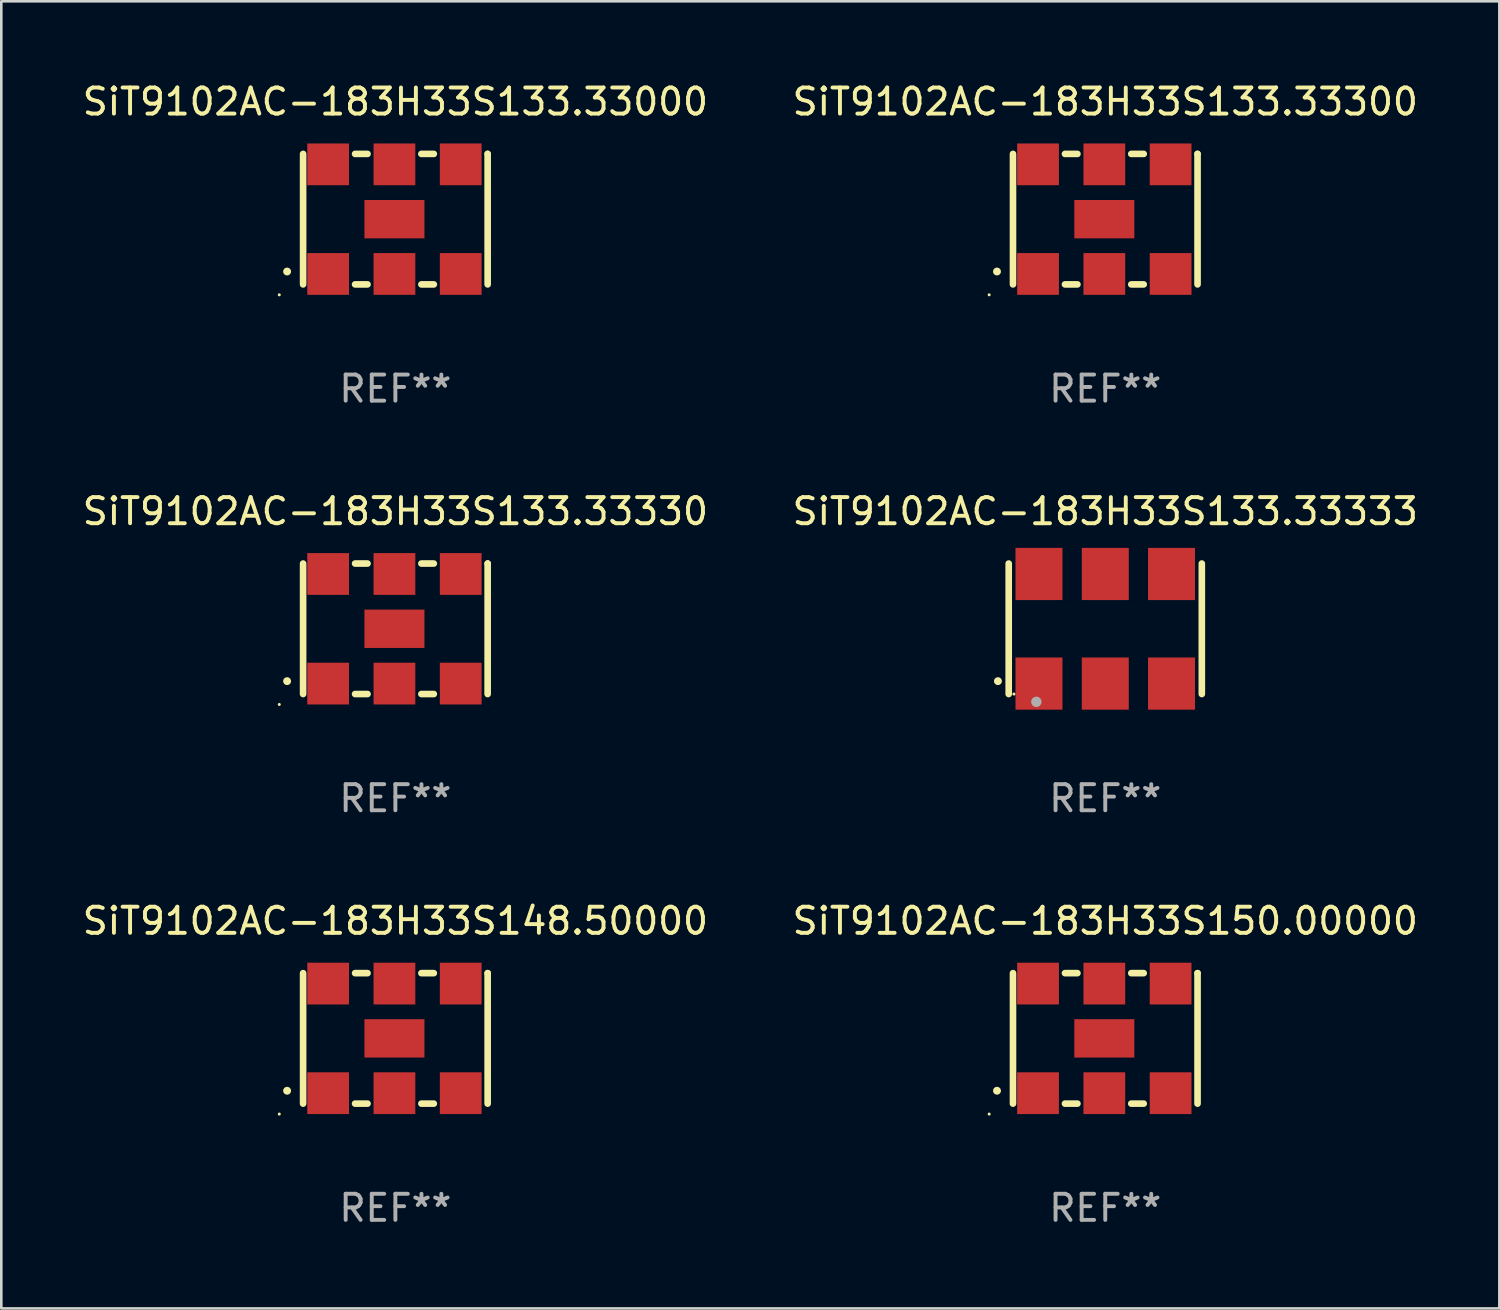
<source format=kicad_pcb>
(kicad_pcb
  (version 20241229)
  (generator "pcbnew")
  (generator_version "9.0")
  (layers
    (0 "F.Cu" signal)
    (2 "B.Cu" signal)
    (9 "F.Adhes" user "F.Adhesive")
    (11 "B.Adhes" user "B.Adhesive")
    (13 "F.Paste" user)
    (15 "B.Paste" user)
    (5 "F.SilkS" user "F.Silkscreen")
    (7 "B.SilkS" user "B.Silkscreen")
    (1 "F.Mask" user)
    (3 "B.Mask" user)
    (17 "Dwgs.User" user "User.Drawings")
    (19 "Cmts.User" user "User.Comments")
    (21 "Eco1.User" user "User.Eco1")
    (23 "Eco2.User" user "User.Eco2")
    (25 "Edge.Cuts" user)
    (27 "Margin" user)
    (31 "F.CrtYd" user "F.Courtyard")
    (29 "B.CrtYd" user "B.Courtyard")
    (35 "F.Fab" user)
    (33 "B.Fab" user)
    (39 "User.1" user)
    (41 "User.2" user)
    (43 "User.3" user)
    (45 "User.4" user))
  (footprint "SiT9102AC-183H33S133.33333"
    (layer "F.Cu")
    (at 39.304 21.045)
    (property "Reference" "SiT9102AC-183H33S133.33333" (at 0 -4.5 0) (layer "F.SilkS") (effects (font (size 1 1) (thickness 0.15))))
    (attr through_hole)
    (fp_line (start -3.7 -2.5) (end -3.7 2.5) (stroke (width 0.254) (type solid)) (layer "F.SilkS"))
    (fp_line (start 3.7 -2.5) (end 3.7 2.5) (stroke (width 0.254) (type solid)) (layer "F.SilkS"))
    (fp_arc (start -4.114415 2.006604) (mid -4.113145 2.006599) (end -4.111875 2.006604) (stroke (width 0.3) (type solid)) (layer "F.SilkS"))
    (fp_circle (center -3.5 2.501) (end -3.47 2.501) (stroke (width 0.06) (type solid)) (fill no) (layer "F.SilkS"))
    (fp_circle (center -2.641 2.799) (end -2.541 2.799) (stroke (width 0.2) (type solid)) (fill no) (layer "F.Fab"))
    (fp_text user "REF**" (at 0 6.5 0) (layer "F.Fab") (effects (font (size 1 1) (thickness 0.15))))
    (pad "1" smd rect (at -2.54 2.1) (size 1.8 2) (layers "F.Cu" "F.Mask" "F.Paste"))
    (pad "2" smd rect (at 0.000394 2.1) (size 1.8 2) (layers "F.Cu" "F.Mask" "F.Paste"))
    (pad "3" smd rect (at 2.54 2.1) (size 1.8 2) (layers "F.Cu" "F.Mask" "F.Paste"))
    (pad "4" smd rect (at 2.54 -2.1) (size 1.8 2) (layers "F.Cu" "F.Mask" "F.Paste"))
    (pad "5" smd rect (at 0.000394 -2.1) (size 1.8 2) (layers "F.Cu" "F.Mask" "F.Paste"))
    (pad "6" smd rect (at -2.54 -2.1) (size 1.8 2) (layers "F.Cu" "F.Mask" "F.Paste")))
  (footprint "SiT9102AC-183H33S150.00000"
    (layer "F.Cu")
    (at 39.304 36.741)
    (property "Reference" "SiT9102AC-183H33S150.00000" (at 0 -4.5 0) (layer "F.SilkS") (effects (font (size 1 1) (thickness 0.15))))
    (attr through_hole)
    (fp_line (start -3.536 -2.5) (end -3.536 2.5) (stroke (width 0.254) (type solid)) (layer "F.SilkS"))
    (fp_line (start -1.544 2.5) (end -1.067 2.5) (stroke (width 0.254) (type solid)) (layer "F.SilkS"))
    (fp_line (start -1.067 -2.5) (end -1.544 -2.5) (stroke (width 0.254) (type solid)) (layer "F.SilkS"))
    (fp_line (start 0.996 2.5) (end 1.473 2.5) (stroke (width 0.254) (type solid)) (layer "F.SilkS"))
    (fp_line (start 1.473 -2.5) (end 0.996 -2.5) (stroke (width 0.254) (type solid)) (layer "F.SilkS"))
    (fp_line (start 3.536 -2.5) (end 3.536 -2.5) (stroke (width 0.254) (type solid)) (layer "F.SilkS"))
    (fp_line (start 3.536 2.5) (end 3.536 -2.5) (stroke (width 0.254) (type solid)) (layer "F.SilkS"))
    (fp_arc (start -4.150432 2.006604) (mid -4.149162 2.006599) (end -4.147892 2.006604) (stroke (width 0.3) (type solid)) (layer "F.SilkS"))
    (fp_circle (center -4.449 2.9) (end -4.419 2.9) (stroke (width 0.06) (type solid)) (fill no) (layer "F.SilkS"))
    (fp_text user "REF**" (at 0 6.5 0) (layer "F.Fab") (effects (font (size 1 1) (thickness 0.15))))
    (pad "1" smd rect (at -2.576 2.1) (size 1.6 1.6) (layers "F.Cu" "F.Mask" "F.Paste"))
    (pad "2" smd rect (at -0.036 2.1) (size 1.6 1.6) (layers "F.Cu" "F.Mask" "F.Paste"))
    (pad "3" smd rect (at 2.504 2.1) (size 1.6 1.6) (layers "F.Cu" "F.Mask" "F.Paste"))
    (pad "4" smd rect (at 2.504 -2.1) (size 1.6 1.6) (layers "F.Cu" "F.Mask" "F.Paste"))
    (pad "5" smd rect (at -0.036 -2.1) (size 1.6 1.6) (layers "F.Cu" "F.Mask" "F.Paste"))
    (pad "6" smd rect (at -2.576 -2.1) (size 1.6 1.6) (layers "F.Cu" "F.Mask" "F.Paste"))
    (pad "7" smd rect (at -0.036 0) (size 2.3 1.47) (layers "F.Cu" "F.Mask" "F.Paste")))
  (footprint "SiT9102AC-183H33S133.33300"
    (layer "F.Cu")
    (at 39.304 5.348)
    (property "Reference" "SiT9102AC-183H33S133.33300" (at 0 -4.5 0) (layer "F.SilkS") (effects (font (size 1 1) (thickness 0.15))))
    (attr through_hole)
    (fp_line (start -3.536 -2.5) (end -3.536 2.5) (stroke (width 0.254) (type solid)) (layer "F.SilkS"))
    (fp_line (start -1.544 2.5) (end -1.067 2.5) (stroke (width 0.254) (type solid)) (layer "F.SilkS"))
    (fp_line (start -1.067 -2.5) (end -1.544 -2.5) (stroke (width 0.254) (type solid)) (layer "F.SilkS"))
    (fp_line (start 0.996 2.5) (end 1.473 2.5) (stroke (width 0.254) (type solid)) (layer "F.SilkS"))
    (fp_line (start 1.473 -2.5) (end 0.996 -2.5) (stroke (width 0.254) (type solid)) (layer "F.SilkS"))
    (fp_line (start 3.536 -2.5) (end 3.536 -2.5) (stroke (width 0.254) (type solid)) (layer "F.SilkS"))
    (fp_line (start 3.536 2.5) (end 3.536 -2.5) (stroke (width 0.254) (type solid)) (layer "F.SilkS"))
    (fp_arc (start -4.150432 2.006604) (mid -4.149162 2.006599) (end -4.147892 2.006604) (stroke (width 0.3) (type solid)) (layer "F.SilkS"))
    (fp_circle (center -4.449 2.9) (end -4.419 2.9) (stroke (width 0.06) (type solid)) (fill no) (layer "F.SilkS"))
    (fp_text user "REF**" (at 0 6.5 0) (layer "F.Fab") (effects (font (size 1 1) (thickness 0.15))))
    (pad "1" smd rect (at -2.576 2.1) (size 1.6 1.6) (layers "F.Cu" "F.Mask" "F.Paste"))
    (pad "2" smd rect (at -0.036 2.1) (size 1.6 1.6) (layers "F.Cu" "F.Mask" "F.Paste"))
    (pad "3" smd rect (at 2.504 2.1) (size 1.6 1.6) (layers "F.Cu" "F.Mask" "F.Paste"))
    (pad "4" smd rect (at 2.504 -2.1) (size 1.6 1.6) (layers "F.Cu" "F.Mask" "F.Paste"))
    (pad "5" smd rect (at -0.036 -2.1) (size 1.6 1.6) (layers "F.Cu" "F.Mask" "F.Paste"))
    (pad "6" smd rect (at -2.576 -2.1) (size 1.6 1.6) (layers "F.Cu" "F.Mask" "F.Paste"))
    (pad "7" smd rect (at -0.036 0) (size 2.3 1.47) (layers "F.Cu" "F.Mask" "F.Paste")))
  (footprint "SiT9102AC-183H33S148.50000"
    (layer "F.Cu")
    (at 12.101 36.741)
    (property "Reference" "SiT9102AC-183H33S148.50000" (at 0 -4.5 0) (layer "F.SilkS") (effects (font (size 1 1) (thickness 0.15))))
    (attr through_hole)
    (fp_line (start -3.536 -2.5) (end -3.536 2.5) (stroke (width 0.254) (type solid)) (layer "F.SilkS"))
    (fp_line (start -1.544 2.5) (end -1.067 2.5) (stroke (width 0.254) (type solid)) (layer "F.SilkS"))
    (fp_line (start -1.067 -2.5) (end -1.544 -2.5) (stroke (width 0.254) (type solid)) (layer "F.SilkS"))
    (fp_line (start 0.996 2.5) (end 1.473 2.5) (stroke (width 0.254) (type solid)) (layer "F.SilkS"))
    (fp_line (start 1.473 -2.5) (end 0.996 -2.5) (stroke (width 0.254) (type solid)) (layer "F.SilkS"))
    (fp_line (start 3.536 -2.5) (end 3.536 -2.5) (stroke (width 0.254) (type solid)) (layer "F.SilkS"))
    (fp_line (start 3.536 2.5) (end 3.536 -2.5) (stroke (width 0.254) (type solid)) (layer "F.SilkS"))
    (fp_arc (start -4.150432 2.006604) (mid -4.149162 2.006599) (end -4.147892 2.006604) (stroke (width 0.3) (type solid)) (layer "F.SilkS"))
    (fp_circle (center -4.449 2.9) (end -4.419 2.9) (stroke (width 0.06) (type solid)) (fill no) (layer "F.SilkS"))
    (fp_text user "REF**" (at 0 6.5 0) (layer "F.Fab") (effects (font (size 1 1) (thickness 0.15))))
    (pad "1" smd rect (at -2.576 2.1) (size 1.6 1.6) (layers "F.Cu" "F.Mask" "F.Paste"))
    (pad "2" smd rect (at -0.036 2.1) (size 1.6 1.6) (layers "F.Cu" "F.Mask" "F.Paste"))
    (pad "3" smd rect (at 2.504 2.1) (size 1.6 1.6) (layers "F.Cu" "F.Mask" "F.Paste"))
    (pad "4" smd rect (at 2.504 -2.1) (size 1.6 1.6) (layers "F.Cu" "F.Mask" "F.Paste"))
    (pad "5" smd rect (at -0.036 -2.1) (size 1.6 1.6) (layers "F.Cu" "F.Mask" "F.Paste"))
    (pad "6" smd rect (at -2.576 -2.1) (size 1.6 1.6) (layers "F.Cu" "F.Mask" "F.Paste"))
    (pad "7" smd rect (at -0.036 0) (size 2.3 1.47) (layers "F.Cu" "F.Mask" "F.Paste")))
  (footprint "SiT9102AC-183H33S133.33000"
    (layer "F.Cu")
    (at 12.101 5.348)
    (property "Reference" "SiT9102AC-183H33S133.33000" (at 0 -4.5 0) (layer "F.SilkS") (effects (font (size 1 1) (thickness 0.15))))
    (attr through_hole)
    (fp_line (start -3.536 -2.5) (end -3.536 2.5) (stroke (width 0.254) (type solid)) (layer "F.SilkS"))
    (fp_line (start -1.544 2.5) (end -1.067 2.5) (stroke (width 0.254) (type solid)) (layer "F.SilkS"))
    (fp_line (start -1.067 -2.5) (end -1.544 -2.5) (stroke (width 0.254) (type solid)) (layer "F.SilkS"))
    (fp_line (start 0.996 2.5) (end 1.473 2.5) (stroke (width 0.254) (type solid)) (layer "F.SilkS"))
    (fp_line (start 1.473 -2.5) (end 0.996 -2.5) (stroke (width 0.254) (type solid)) (layer "F.SilkS"))
    (fp_line (start 3.536 -2.5) (end 3.536 -2.5) (stroke (width 0.254) (type solid)) (layer "F.SilkS"))
    (fp_line (start 3.536 2.5) (end 3.536 -2.5) (stroke (width 0.254) (type solid)) (layer "F.SilkS"))
    (fp_arc (start -4.150432 2.006604) (mid -4.149162 2.006599) (end -4.147892 2.006604) (stroke (width 0.3) (type solid)) (layer "F.SilkS"))
    (fp_circle (center -4.449 2.9) (end -4.419 2.9) (stroke (width 0.06) (type solid)) (fill no) (layer "F.SilkS"))
    (fp_text user "REF**" (at 0 6.5 0) (layer "F.Fab") (effects (font (size 1 1) (thickness 0.15))))
    (pad "1" smd rect (at -2.576 2.1) (size 1.6 1.6) (layers "F.Cu" "F.Mask" "F.Paste"))
    (pad "2" smd rect (at -0.036 2.1) (size 1.6 1.6) (layers "F.Cu" "F.Mask" "F.Paste"))
    (pad "3" smd rect (at 2.504 2.1) (size 1.6 1.6) (layers "F.Cu" "F.Mask" "F.Paste"))
    (pad "4" smd rect (at 2.504 -2.1) (size 1.6 1.6) (layers "F.Cu" "F.Mask" "F.Paste"))
    (pad "5" smd rect (at -0.036 -2.1) (size 1.6 1.6) (layers "F.Cu" "F.Mask" "F.Paste"))
    (pad "6" smd rect (at -2.576 -2.1) (size 1.6 1.6) (layers "F.Cu" "F.Mask" "F.Paste"))
    (pad "7" smd rect (at -0.036 0) (size 2.3 1.47) (layers "F.Cu" "F.Mask" "F.Paste")))
  (footprint "SiT9102AC-183H33S133.33330"
    (layer "F.Cu")
    (at 12.101 21.045)
    (property "Reference" "SiT9102AC-183H33S133.33330" (at 0 -4.5 0) (layer "F.SilkS") (effects (font (size 1 1) (thickness 0.15))))
    (attr through_hole)
    (fp_line (start -3.536 -2.5) (end -3.536 2.5) (stroke (width 0.254) (type solid)) (layer "F.SilkS"))
    (fp_line (start -1.544 2.5) (end -1.067 2.5) (stroke (width 0.254) (type solid)) (layer "F.SilkS"))
    (fp_line (start -1.067 -2.5) (end -1.544 -2.5) (stroke (width 0.254) (type solid)) (layer "F.SilkS"))
    (fp_line (start 0.996 2.5) (end 1.473 2.5) (stroke (width 0.254) (type solid)) (layer "F.SilkS"))
    (fp_line (start 1.473 -2.5) (end 0.996 -2.5) (stroke (width 0.254) (type solid)) (layer "F.SilkS"))
    (fp_line (start 3.536 -2.5) (end 3.536 -2.5) (stroke (width 0.254) (type solid)) (layer "F.SilkS"))
    (fp_line (start 3.536 2.5) (end 3.536 -2.5) (stroke (width 0.254) (type solid)) (layer "F.SilkS"))
    (fp_arc (start -4.150432 2.006604) (mid -4.149162 2.006599) (end -4.147892 2.006604) (stroke (width 0.3) (type solid)) (layer "F.SilkS"))
    (fp_circle (center -4.449 2.9) (end -4.419 2.9) (stroke (width 0.06) (type solid)) (fill no) (layer "F.SilkS"))
    (fp_text user "REF**" (at 0 6.5 0) (layer "F.Fab") (effects (font (size 1 1) (thickness 0.15))))
    (pad "1" smd rect (at -2.576 2.1) (size 1.6 1.6) (layers "F.Cu" "F.Mask" "F.Paste"))
    (pad "2" smd rect (at -0.036 2.1) (size 1.6 1.6) (layers "F.Cu" "F.Mask" "F.Paste"))
    (pad "3" smd rect (at 2.504 2.1) (size 1.6 1.6) (layers "F.Cu" "F.Mask" "F.Paste"))
    (pad "4" smd rect (at 2.504 -2.1) (size 1.6 1.6) (layers "F.Cu" "F.Mask" "F.Paste"))
    (pad "5" smd rect (at -0.036 -2.1) (size 1.6 1.6) (layers "F.Cu" "F.Mask" "F.Paste"))
    (pad "6" smd rect (at -2.576 -2.1) (size 1.6 1.6) (layers "F.Cu" "F.Mask" "F.Paste"))
    (pad "7" smd rect (at -0.036 0) (size 2.3 1.47) (layers "F.Cu" "F.Mask" "F.Paste")))
  (gr_rect
    (start -3 -3)
    (end 54.405 47.09)
    (stroke (width 0.1) (type default))
    (fill no)
    (layer "Edge.Cuts")))
</source>
